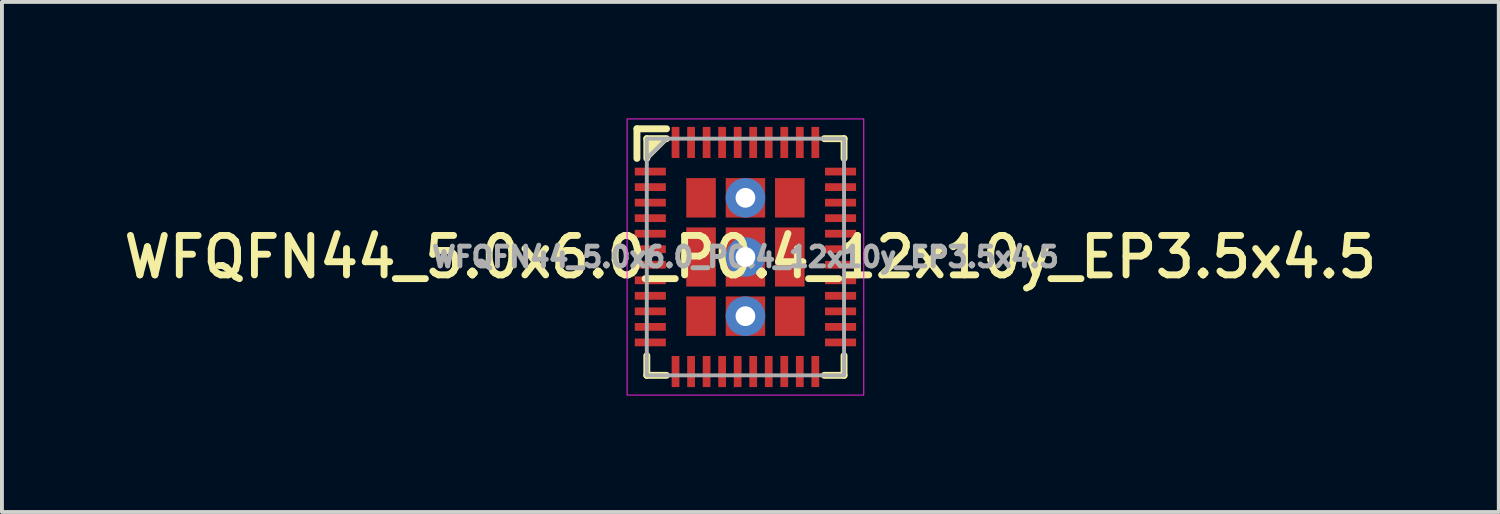
<source format=kicad_pcb>
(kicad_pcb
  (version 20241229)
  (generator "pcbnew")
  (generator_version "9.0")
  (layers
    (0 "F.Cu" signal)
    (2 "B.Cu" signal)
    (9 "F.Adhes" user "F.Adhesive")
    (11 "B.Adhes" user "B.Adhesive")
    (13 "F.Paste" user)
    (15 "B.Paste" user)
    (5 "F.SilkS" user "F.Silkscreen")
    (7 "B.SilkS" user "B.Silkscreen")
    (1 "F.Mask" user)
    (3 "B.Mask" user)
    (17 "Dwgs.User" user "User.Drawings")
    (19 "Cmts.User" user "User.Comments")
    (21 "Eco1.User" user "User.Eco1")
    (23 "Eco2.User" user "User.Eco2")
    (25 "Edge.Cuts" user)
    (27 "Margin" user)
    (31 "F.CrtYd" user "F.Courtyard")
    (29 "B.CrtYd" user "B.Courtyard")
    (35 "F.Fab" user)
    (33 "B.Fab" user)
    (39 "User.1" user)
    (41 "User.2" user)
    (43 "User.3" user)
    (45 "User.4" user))
  (footprint "WFQFN44_5.0x6.0_P0.4_12x10y_EP3.5x4.5"
    (layer "F.Cu")
    (at 16.149 3.569)
    (property "Reference" "WFQFN44_5.0x6.0_P0.4_12x10y_EP3.5x4.5" (at 0.127 0 0) (layer "F.SilkS") (effects (font (size 1.016 1.016) (thickness 0.178))))
    (attr smd)
    (fp_line (start -2.794 -3.302) (end -2.032 -3.302) (stroke (width 0.178) (type solid)) (layer "F.SilkS"))
    (fp_line (start -2.794 -2.54) (end -2.794 -3.302) (stroke (width 0.178) (type solid)) (layer "F.SilkS"))
    (fp_line (start -2.54 -3.048) (end -2.032 -3.048) (stroke (width 0.178) (type solid)) (layer "F.SilkS"))
    (fp_line (start -2.54 -2.54) (end -2.54 -3.048) (stroke (width 0.178) (type solid)) (layer "F.SilkS"))
    (fp_line (start -2.54 2.54) (end -2.54 3.048) (stroke (width 0.178) (type solid)) (layer "F.SilkS"))
    (fp_line (start -2.54 3.048) (end -2.032 3.048) (stroke (width 0.178) (type solid)) (layer "F.SilkS"))
    (fp_line (start 2.032 -3.048) (end 2.54 -3.048) (stroke (width 0.178) (type solid)) (layer "F.SilkS"))
    (fp_line (start 2.54 -3.048) (end 2.54 -2.54) (stroke (width 0.178) (type solid)) (layer "F.SilkS"))
    (fp_line (start 2.54 2.54) (end 2.54 3.048) (stroke (width 0.178) (type solid)) (layer "F.SilkS"))
    (fp_line (start 2.54 3.048) (end 2.032 3.048) (stroke (width 0.178) (type solid)) (layer "F.SilkS"))
    (fp_poly (pts (xy -2.54 -2.54) (xy -2.54 -3.048) (xy -2.032 -3.048)) (stroke (width 0.12) (type solid)) (fill yes) (layer "F.SilkS"))
    (fp_rect (start -3.048 -3.556) (end 3.048 3.556) (stroke (width 0.025) (type solid)) (fill no) (layer "F.CrtYd"))
    (fp_line (start -2.54 -2.54) (end -2.032 -3.048) (stroke (width 0.1) (type solid)) (layer "F.Fab"))
    (fp_rect (start -2.54 -3.048) (end 2.54 3.048) (stroke (width 0.1) (type solid)) (fill no) (layer "F.Fab"))
    (fp_text user "${REFERENCE}" (at 0 0 0) (layer "F.Fab") (effects (font (size 0.508 0.508) (thickness 0.127))))
    (pad "1" smd rect (at -2.45 -2.2) (size 0.8 0.2) (layers "F.Cu" "F.Mask" "F.Paste"))
    (pad "2" smd rect (at -2.45 -1.8) (size 0.8 0.2) (layers "F.Cu" "F.Mask" "F.Paste"))
    (pad "3" smd rect (at -2.45 -1.4) (size 0.8 0.2) (layers "F.Cu" "F.Mask" "F.Paste"))
    (pad "4" smd rect (at -2.45 -1) (size 0.8 0.2) (layers "F.Cu" "F.Mask" "F.Paste"))
    (pad "5" smd rect (at -2.45 -0.6) (size 0.8 0.2) (layers "F.Cu" "F.Mask" "F.Paste"))
    (pad "6" smd rect (at -2.45 -0.2) (size 0.8 0.2) (layers "F.Cu" "F.Mask" "F.Paste"))
    (pad "7" smd rect (at -2.45 0.2) (size 0.8 0.2) (layers "F.Cu" "F.Mask" "F.Paste"))
    (pad "8" smd rect (at -2.45 0.6) (size 0.8 0.2) (layers "F.Cu" "F.Mask" "F.Paste"))
    (pad "9" smd rect (at -2.45 1) (size 0.8 0.2) (layers "F.Cu" "F.Mask" "F.Paste"))
    (pad "10" smd rect (at -2.45 1.4) (size 0.8 0.2) (layers "F.Cu" "F.Mask" "F.Paste"))
    (pad "11" smd rect (at -2.45 1.8) (size 0.8 0.2) (layers "F.Cu" "F.Mask" "F.Paste"))
    (pad "12" smd rect (at -2.45 2.2) (size 0.8 0.2) (layers "F.Cu" "F.Mask" "F.Paste"))
    (pad "13" smd rect (at -1.8 2.95) (size 0.2 0.8) (layers "F.Cu" "F.Mask" "F.Paste"))
    (pad "14" smd rect (at -1.4 2.95) (size 0.2 0.8) (layers "F.Cu" "F.Mask" "F.Paste"))
    (pad "15" smd rect (at -1 2.95) (size 0.2 0.8) (layers "F.Cu" "F.Mask" "F.Paste"))
    (pad "16" smd rect (at -0.6 2.95) (size 0.2 0.8) (layers "F.Cu" "F.Mask" "F.Paste"))
    (pad "17" smd rect (at -0.2 2.95) (size 0.2 0.8) (layers "F.Cu" "F.Mask" "F.Paste"))
    (pad "18" smd rect (at 0.2 2.95) (size 0.2 0.8) (layers "F.Cu" "F.Mask" "F.Paste"))
    (pad "19" smd rect (at 0.6 2.95) (size 0.2 0.8) (layers "F.Cu" "F.Mask" "F.Paste"))
    (pad "20" smd rect (at 1 2.95) (size 0.2 0.8) (layers "F.Cu" "F.Mask" "F.Paste"))
    (pad "21" smd rect (at 1.4 2.95) (size 0.2 0.8) (layers "F.Cu" "F.Mask" "F.Paste"))
    (pad "22" smd rect (at 1.8 2.95) (size 0.2 0.8) (layers "F.Cu" "F.Mask" "F.Paste"))
    (pad "23" smd rect (at 2.45 2.2) (size 0.8 0.2) (layers "F.Cu" "F.Mask" "F.Paste"))
    (pad "24" smd rect (at 2.45 1.8) (size 0.8 0.2) (layers "F.Cu" "F.Mask" "F.Paste"))
    (pad "25" smd rect (at 2.45 1.4) (size 0.8 0.2) (layers "F.Cu" "F.Mask" "F.Paste"))
    (pad "26" smd rect (at 2.45 1) (size 0.8 0.2) (layers "F.Cu" "F.Mask" "F.Paste"))
    (pad "27" smd rect (at 2.45 0.6) (size 0.8 0.2) (layers "F.Cu" "F.Mask" "F.Paste"))
    (pad "28" smd rect (at 2.45 0.2) (size 0.8 0.2) (layers "F.Cu" "F.Mask" "F.Paste"))
    (pad "29" smd rect (at 2.45 -0.2) (size 0.8 0.2) (layers "F.Cu" "F.Mask" "F.Paste"))
    (pad "30" smd rect (at 2.45 -0.6) (size 0.8 0.2) (layers "F.Cu" "F.Mask" "F.Paste"))
    (pad "31" smd rect (at 2.45 -1) (size 0.8 0.2) (layers "F.Cu" "F.Mask" "F.Paste"))
    (pad "32" smd rect (at 2.45 -1.4) (size 0.8 0.2) (layers "F.Cu" "F.Mask" "F.Paste"))
    (pad "33" smd rect (at 2.45 -1.8) (size 0.8 0.2) (layers "F.Cu" "F.Mask" "F.Paste"))
    (pad "34" smd rect (at 2.45 -2.2) (size 0.8 0.2) (layers "F.Cu" "F.Mask" "F.Paste"))
    (pad "35" smd rect (at 1.8 -2.95) (size 0.2 0.8) (layers "F.Cu" "F.Mask" "F.Paste"))
    (pad "36" smd rect (at 1.4 -2.95) (size 0.2 0.8) (layers "F.Cu" "F.Mask" "F.Paste"))
    (pad "37" smd rect (at 1 -2.95) (size 0.2 0.8) (layers "F.Cu" "F.Mask" "F.Paste"))
    (pad "38" smd rect (at 0.6 -2.95) (size 0.2 0.8) (layers "F.Cu" "F.Mask" "F.Paste"))
    (pad "39" smd rect (at 0.2 -2.95) (size 0.2 0.8) (layers "F.Cu" "F.Mask" "F.Paste"))
    (pad "40" smd rect (at -0.2 -2.95) (size 0.2 0.8) (layers "F.Cu" "F.Mask" "F.Paste"))
    (pad "41" smd rect (at -0.6 -2.95) (size 0.2 0.8) (layers "F.Cu" "F.Mask" "F.Paste"))
    (pad "42" smd rect (at -1 -2.95) (size 0.2 0.8) (layers "F.Cu" "F.Mask" "F.Paste"))
    (pad "43" smd rect (at -1.4 -2.95) (size 0.2 0.8) (layers "F.Cu" "F.Mask" "F.Paste"))
    (pad "44" smd rect (at -1.8 -2.95) (size 0.2 0.8) (layers "F.Cu" "F.Mask" "F.Paste"))
    (pad "45" smd rect (at -1.143 -1.524) (size 0.762 1.016) (layers "F.Cu" "F.Mask" "F.Paste"))
    (pad "45" smd rect (at -1.143 0) (size 0.762 1.524) (layers "F.Cu" "F.Mask" "F.Paste"))
    (pad "45" smd rect (at -1.143 1.524) (size 0.762 1.016) (layers "F.Cu" "F.Mask" "F.Paste"))
    (pad "45" thru_hole circle (at 0 -1.524) (size 1.016 1.016) (drill 0.508) (layers "*.Cu" "*.Mask"))
    (pad "45" smd rect (at 0 -1.524) (size 1.016 1.016) (layers "F.Cu" "F.Mask" "F.Paste"))
    (pad "45" thru_hole circle (at 0 0) (size 1.016 1.016) (drill 0.508) (layers "*.Cu" "*.Mask"))
    (pad "45" smd rect (at 0 0) (size 1.016 1.524) (layers "F.Cu" "F.Mask" "F.Paste"))
    (pad "45" thru_hole circle (at 0 1.524) (size 1.016 1.016) (drill 0.508) (layers "*.Cu" "*.Mask"))
    (pad "45" smd rect (at 0 1.524) (size 1.016 1.016) (layers "F.Cu" "F.Mask" "F.Paste"))
    (pad "45" smd rect (at 1.143 -1.524) (size 0.762 1.016) (layers "F.Cu" "F.Mask" "F.Paste"))
    (pad "45" smd rect (at 1.143 0) (size 0.762 1.524) (layers "F.Cu" "F.Mask" "F.Paste"))
    (pad "45" smd rect (at 1.143 1.524) (size 0.762 1.016) (layers "F.Cu" "F.Mask" "F.Paste")))
  (gr_rect
    (start -3 -3)
    (end 35.552 10.137)
    (stroke (width 0.1) (type default))
    (fill no)
    (layer "Edge.Cuts")))
</source>
